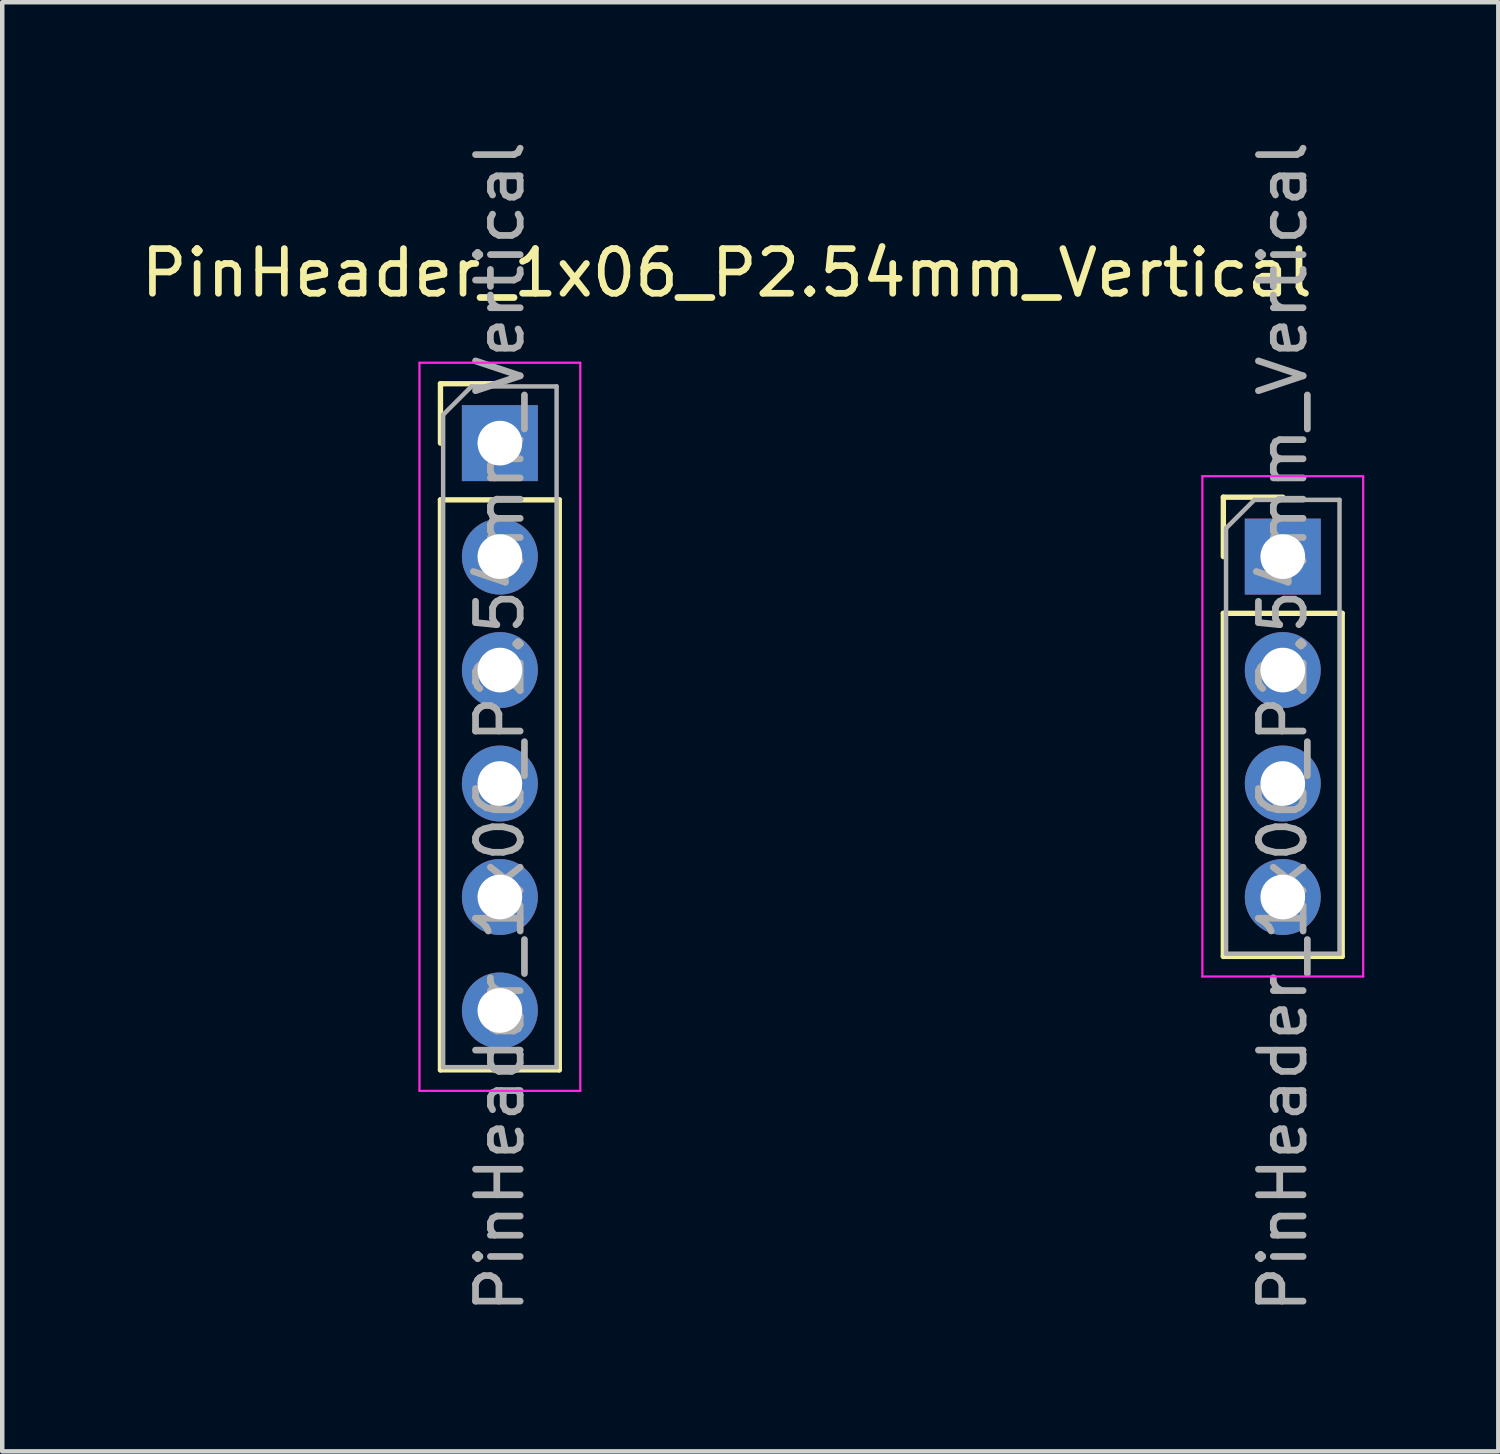
<source format=kicad_pcb>
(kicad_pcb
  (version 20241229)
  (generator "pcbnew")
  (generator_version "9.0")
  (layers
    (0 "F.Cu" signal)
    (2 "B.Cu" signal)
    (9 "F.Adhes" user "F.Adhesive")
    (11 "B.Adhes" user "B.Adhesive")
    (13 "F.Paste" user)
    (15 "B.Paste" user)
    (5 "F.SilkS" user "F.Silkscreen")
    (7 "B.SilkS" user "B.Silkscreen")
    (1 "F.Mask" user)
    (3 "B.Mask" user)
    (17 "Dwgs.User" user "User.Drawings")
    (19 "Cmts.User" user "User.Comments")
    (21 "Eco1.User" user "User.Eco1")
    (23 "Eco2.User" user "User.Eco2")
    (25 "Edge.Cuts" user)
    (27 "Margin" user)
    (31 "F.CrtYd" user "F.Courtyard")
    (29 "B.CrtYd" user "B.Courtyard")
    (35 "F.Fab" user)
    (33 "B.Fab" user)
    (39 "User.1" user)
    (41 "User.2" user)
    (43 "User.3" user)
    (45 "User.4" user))
  (footprint "PinHeader_1x06_P2.54mm_Vertical"
    (layer "F.Cu")
    (at 0.52 8.14)
    (property "Reference" "PinHeader_1x06_P2.54mm_Vertical" (at 12.7 -5.08 0) (layer "F.SilkS") (effects (font (size 1 1) (thickness 0.15))))
    (attr through_hole)
    (fp_line (start 6.29 -2.6) (end 7.62 -2.6) (stroke (width 0.12) (type solid)) (layer "F.SilkS"))
    (fp_line (start 6.29 -1.27) (end 6.29 -2.6) (stroke (width 0.12) (type solid)) (layer "F.SilkS"))
    (fp_line (start 6.29 0) (end 6.29 12.76) (stroke (width 0.12) (type solid)) (layer "F.SilkS"))
    (fp_line (start 6.29 0) (end 8.95 0) (stroke (width 0.12) (type solid)) (layer "F.SilkS"))
    (fp_line (start 6.29 12.76) (end 8.95 12.76) (stroke (width 0.12) (type solid)) (layer "F.SilkS"))
    (fp_line (start 8.95 0) (end 8.95 12.76) (stroke (width 0.12) (type solid)) (layer "F.SilkS"))
    (fp_line (start 23.816 -0.06) (end 25.146 -0.06) (stroke (width 0.12) (type solid)) (layer "F.SilkS"))
    (fp_line (start 23.816 1.27) (end 23.816 -0.06) (stroke (width 0.12) (type solid)) (layer "F.SilkS"))
    (fp_line (start 23.816 2.54) (end 23.816 10.22) (stroke (width 0.12) (type solid)) (layer "F.SilkS"))
    (fp_line (start 23.816 2.54) (end 26.476 2.54) (stroke (width 0.12) (type solid)) (layer "F.SilkS"))
    (fp_line (start 23.816 10.22) (end 26.476 10.22) (stroke (width 0.12) (type solid)) (layer "F.SilkS"))
    (fp_line (start 26.476 2.54) (end 26.476 10.22) (stroke (width 0.12) (type solid)) (layer "F.SilkS"))
    (fp_line (start 5.82 -3.07) (end 5.82 13.23) (stroke (width 0.05) (type solid)) (layer "F.CrtYd"))
    (fp_line (start 5.82 13.23) (end 9.42 13.23) (stroke (width 0.05) (type solid)) (layer "F.CrtYd"))
    (fp_line (start 9.42 -3.07) (end 5.82 -3.07) (stroke (width 0.05) (type solid)) (layer "F.CrtYd"))
    (fp_line (start 9.42 13.23) (end 9.42 -3.07) (stroke (width 0.05) (type solid)) (layer "F.CrtYd"))
    (fp_line (start 23.346 -0.53) (end 23.346 10.67) (stroke (width 0.05) (type solid)) (layer "F.CrtYd"))
    (fp_line (start 23.346 10.67) (end 26.946 10.67) (stroke (width 0.05) (type solid)) (layer "F.CrtYd"))
    (fp_line (start 26.946 -0.53) (end 23.346 -0.53) (stroke (width 0.05) (type solid)) (layer "F.CrtYd"))
    (fp_line (start 26.946 10.67) (end 26.946 -0.53) (stroke (width 0.05) (type solid)) (layer "F.CrtYd"))
    (fp_line (start 6.35 -1.905) (end 6.985 -2.54) (stroke (width 0.1) (type solid)) (layer "F.Fab"))
    (fp_line (start 6.35 12.7) (end 6.35 -1.905) (stroke (width 0.1) (type solid)) (layer "F.Fab"))
    (fp_line (start 6.985 -2.54) (end 8.89 -2.54) (stroke (width 0.1) (type solid)) (layer "F.Fab"))
    (fp_line (start 8.89 -2.54) (end 8.89 12.7) (stroke (width 0.1) (type solid)) (layer "F.Fab"))
    (fp_line (start 8.89 12.7) (end 6.35 12.7) (stroke (width 0.1) (type solid)) (layer "F.Fab"))
    (fp_line (start 23.876 0.635) (end 24.511 0) (stroke (width 0.1) (type solid)) (layer "F.Fab"))
    (fp_line (start 23.876 10.16) (end 23.876 0.635) (stroke (width 0.1) (type solid)) (layer "F.Fab"))
    (fp_line (start 24.511 0) (end 26.416 0) (stroke (width 0.1) (type solid)) (layer "F.Fab"))
    (fp_line (start 26.416 0) (end 26.416 10.16) (stroke (width 0.1) (type solid)) (layer "F.Fab"))
    (fp_line (start 26.416 10.16) (end 23.876 10.16) (stroke (width 0.1) (type solid)) (layer "F.Fab"))
    (fp_text user "${REFERENCE}" (at 25.146 5.08 90) (layer "F.Fab") (effects (font (size 1 1) (thickness 0.15))))
    (fp_text user "${REFERENCE}" (at 7.62 5.08 90) (layer "F.Fab") (effects (font (size 1 1) (thickness 0.15))))
    (pad "1" thru_hole rect (at 25.146 1.27) (size 1.7 1.7) (drill 1) (layers "*.Cu" "*.Mask"))
    (pad "2" thru_hole oval (at 25.146 3.81) (size 1.7 1.7) (drill 1) (layers "*.Cu" "*.Mask"))
    (pad "3" thru_hole oval (at 25.146 6.35) (size 1.7 1.7) (drill 1) (layers "*.Cu" "*.Mask"))
    (pad "4" thru_hole oval (at 25.146 8.89) (size 1.7 1.7) (drill 1) (layers "*.Cu" "*.Mask"))
    (pad "5" thru_hole rect (at 7.62 -1.27) (size 1.7 1.7) (drill 1) (layers "*.Cu" "*.Mask"))
    (pad "6" thru_hole oval (at 7.62 1.27) (size 1.7 1.7) (drill 1) (layers "*.Cu" "*.Mask"))
    (pad "7" thru_hole oval (at 7.62 3.81) (size 1.7 1.7) (drill 1) (layers "*.Cu" "*.Mask"))
    (pad "8" thru_hole oval (at 7.62 6.35) (size 1.7 1.7) (drill 1) (layers "*.Cu" "*.Mask"))
    (pad "9" thru_hole oval (at 7.62 8.89) (size 1.7 1.7) (drill 1) (layers "*.Cu" "*.Mask"))
    (pad "10" thru_hole oval (at 7.62 11.43) (size 1.7 1.7) (drill 1) (layers "*.Cu" "*.Mask")))
  (gr_rect
    (start -3 -3)
    (end 30.491 29.44)
    (stroke (width 0.1) (type default))
    (fill no)
    (layer "Edge.Cuts")))
</source>
